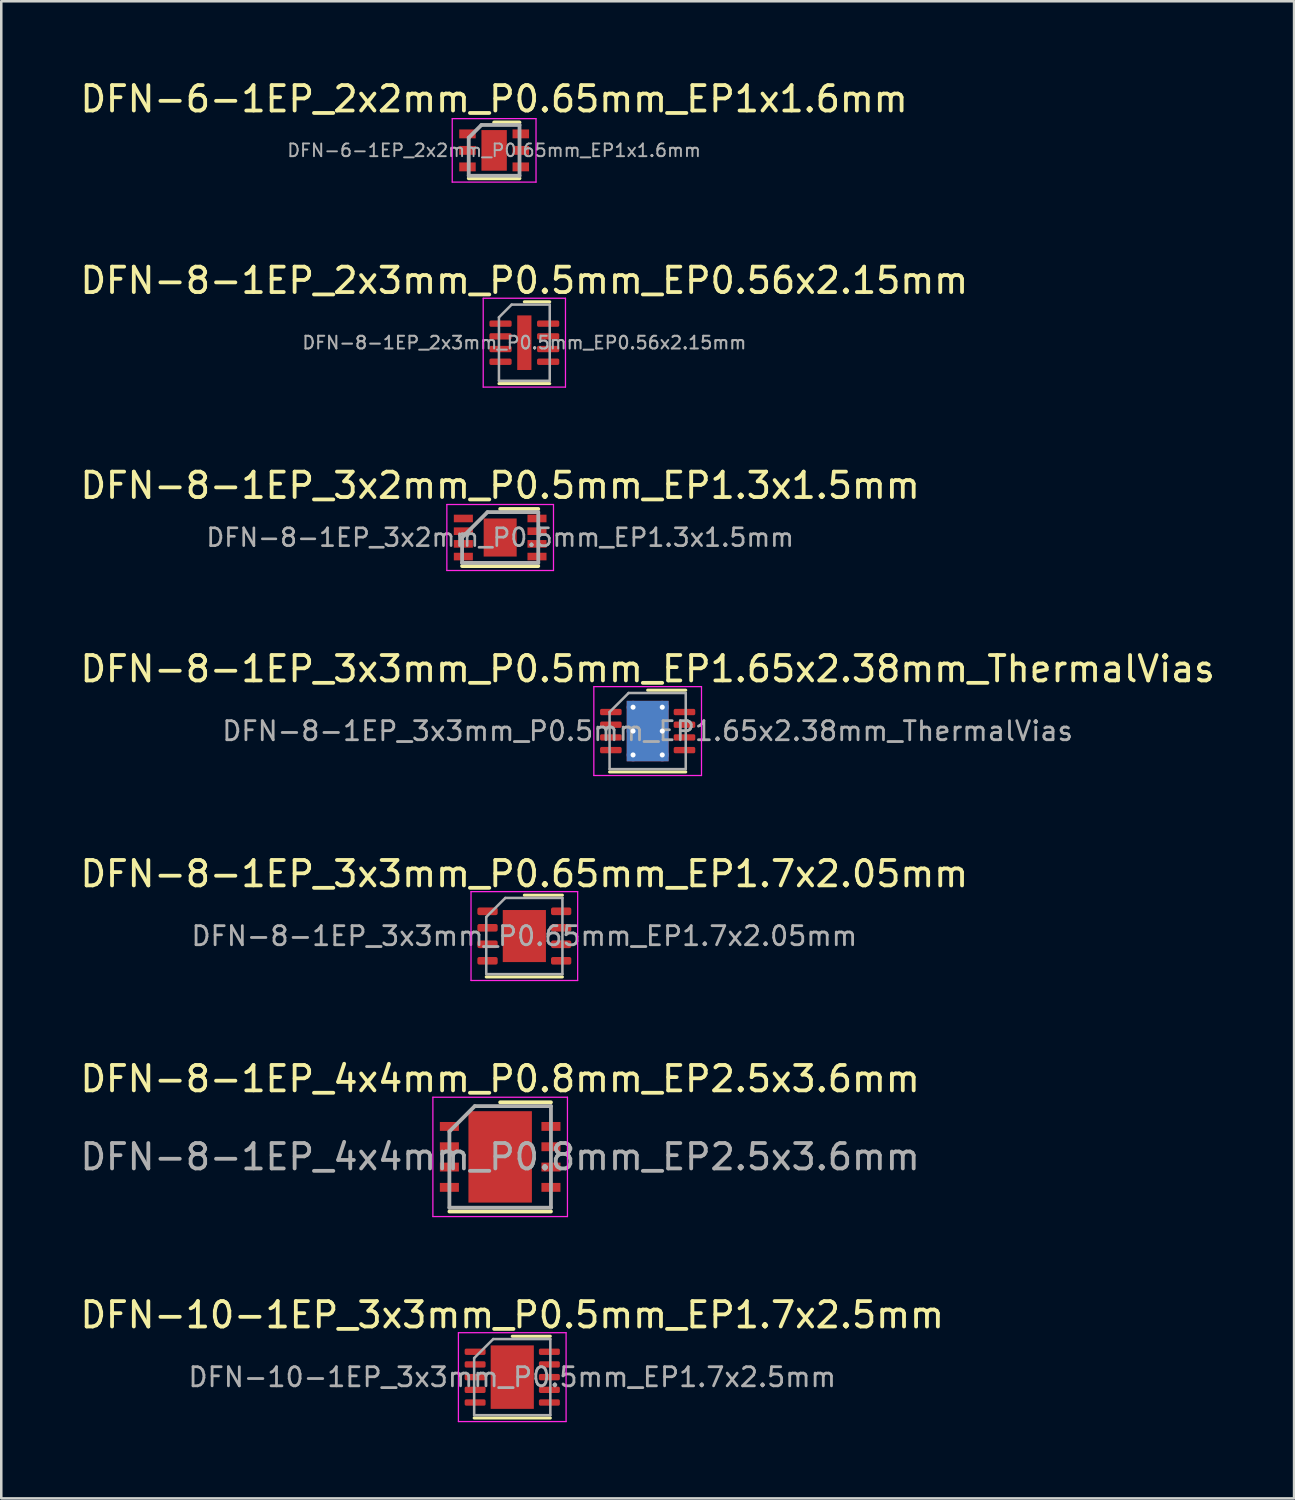
<source format=kicad_pcb>
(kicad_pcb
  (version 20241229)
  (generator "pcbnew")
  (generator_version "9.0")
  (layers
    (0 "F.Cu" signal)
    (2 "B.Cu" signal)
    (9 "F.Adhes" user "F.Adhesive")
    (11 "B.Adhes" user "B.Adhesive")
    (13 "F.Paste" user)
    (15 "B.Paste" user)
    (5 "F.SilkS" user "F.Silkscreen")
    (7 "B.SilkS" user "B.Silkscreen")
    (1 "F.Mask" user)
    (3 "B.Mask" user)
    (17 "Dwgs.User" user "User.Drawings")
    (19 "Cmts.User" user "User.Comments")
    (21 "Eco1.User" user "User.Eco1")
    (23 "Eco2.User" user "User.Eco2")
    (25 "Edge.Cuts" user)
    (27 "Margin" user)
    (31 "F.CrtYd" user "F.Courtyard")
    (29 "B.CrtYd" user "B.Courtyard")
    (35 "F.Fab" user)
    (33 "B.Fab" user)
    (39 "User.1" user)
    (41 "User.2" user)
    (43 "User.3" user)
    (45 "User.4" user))
  (footprint "DFN-8-1EP_4x4mm_P0.8mm_EP2.5x3.6mm"
    (layer "F.Cu")
    (at 16.649 42.514)
    (property "Reference" "DFN-8-1EP_4x4mm_P0.8mm_EP2.5x3.6mm" (at 0 -3.075 0) (layer "F.SilkS") (effects (font (size 1 1) (thickness 0.15))))
    (attr smd)
    (fp_line (start -2 2.15) (end 2 2.15) (stroke (width 0.15) (type solid)) (layer "F.SilkS"))
    (fp_line (start 0 -2.15) (end 2 -2.15) (stroke (width 0.15) (type solid)) (layer "F.SilkS"))
    (fp_line (start -2.65 -2.35) (end -2.65 2.35) (stroke (width 0.05) (type solid)) (layer "F.CrtYd"))
    (fp_line (start -2.65 -2.35) (end 2.65 -2.35) (stroke (width 0.05) (type solid)) (layer "F.CrtYd"))
    (fp_line (start -2.65 2.35) (end 2.65 2.35) (stroke (width 0.05) (type solid)) (layer "F.CrtYd"))
    (fp_line (start 2.65 -2.35) (end 2.65 2.35) (stroke (width 0.05) (type solid)) (layer "F.CrtYd"))
    (fp_line (start -2 -1) (end -1 -2) (stroke (width 0.15) (type solid)) (layer "F.Fab"))
    (fp_line (start -2 2) (end -2 -1) (stroke (width 0.15) (type solid)) (layer "F.Fab"))
    (fp_line (start -1 -2) (end 2 -2) (stroke (width 0.15) (type solid)) (layer "F.Fab"))
    (fp_line (start 2 -2) (end 2 2) (stroke (width 0.15) (type solid)) (layer "F.Fab"))
    (fp_line (start 2 2) (end -2 2) (stroke (width 0.15) (type solid)) (layer "F.Fab"))
    (fp_text user "${REFERENCE}" (at 0 0 0) (layer "F.Fab") (effects (font (size 1 1) (thickness 0.15))))
    (pad "" smd rect (at -0.625 -1.2) (size 1 1) (layers "F.Paste"))
    (pad "" smd rect (at -0.625 0) (size 1 1) (layers "F.Paste"))
    (pad "" smd rect (at -0.625 1.2) (size 1 1) (layers "F.Paste"))
    (pad "" smd rect (at 0.625 -1.2) (size 1 1) (layers "F.Paste"))
    (pad "" smd rect (at 0.625 0) (size 1 1) (layers "F.Paste"))
    (pad "" smd rect (at 0.625 1.2) (size 1 1) (layers "F.Paste"))
    (pad "1" smd rect (at -2 -1.2) (size 0.75 0.35) (layers "F.Cu" "F.Mask" "F.Paste"))
    (pad "2" smd rect (at -2 -0.4) (size 0.75 0.35) (layers "F.Cu" "F.Mask" "F.Paste"))
    (pad "3" smd rect (at -2 0.4) (size 0.75 0.35) (layers "F.Cu" "F.Mask" "F.Paste"))
    (pad "4" smd rect (at -2 1.2) (size 0.75 0.35) (layers "F.Cu" "F.Mask" "F.Paste"))
    (pad "5" smd rect (at 2 1.2) (size 0.75 0.35) (layers "F.Cu" "F.Mask" "F.Paste"))
    (pad "6" smd rect (at 2 0.4) (size 0.75 0.35) (layers "F.Cu" "F.Mask" "F.Paste"))
    (pad "7" smd rect (at 2 -0.4) (size 0.75 0.35) (layers "F.Cu" "F.Mask" "F.Paste"))
    (pad "8" smd rect (at 2 -1.2) (size 0.75 0.35) (layers "F.Cu" "F.Mask" "F.Paste"))
    (pad "9" smd rect (at 0 0) (size 2.5 3.6) (layers "F.Cu" "F.Mask")))
  (footprint "DFN-8-1EP_3x3mm_P0.65mm_EP1.7x2.05mm"
    (layer "F.Cu")
    (at 17.601 33.816)
    (property "Reference" "DFN-8-1EP_3x3mm_P0.65mm_EP1.7x2.05mm" (at 0 -2.45 0) (layer "F.SilkS") (effects (font (size 1 1) (thickness 0.15))))
    (attr smd)
    (fp_line (start -1.5 1.61) (end 1.5 1.61) (stroke (width 0.12) (type solid)) (layer "F.SilkS"))
    (fp_line (start 0 -1.61) (end 1.5 -1.61) (stroke (width 0.12) (type solid)) (layer "F.SilkS"))
    (fp_line (start -2.1 -1.75) (end -2.1 1.75) (stroke (width 0.05) (type solid)) (layer "F.CrtYd"))
    (fp_line (start -2.1 1.75) (end 2.1 1.75) (stroke (width 0.05) (type solid)) (layer "F.CrtYd"))
    (fp_line (start 2.1 -1.75) (end -2.1 -1.75) (stroke (width 0.05) (type solid)) (layer "F.CrtYd"))
    (fp_line (start 2.1 1.75) (end 2.1 -1.75) (stroke (width 0.05) (type solid)) (layer "F.CrtYd"))
    (fp_line (start -1.5 -0.75) (end -0.75 -1.5) (stroke (width 0.1) (type solid)) (layer "F.Fab"))
    (fp_line (start -1.5 1.5) (end -1.5 -0.75) (stroke (width 0.1) (type solid)) (layer "F.Fab"))
    (fp_line (start -0.75 -1.5) (end 1.5 -1.5) (stroke (width 0.1) (type solid)) (layer "F.Fab"))
    (fp_line (start 1.5 -1.5) (end 1.5 1.5) (stroke (width 0.1) (type solid)) (layer "F.Fab"))
    (fp_line (start 1.5 1.5) (end -1.5 1.5) (stroke (width 0.1) (type solid)) (layer "F.Fab"))
    (fp_text user "${REFERENCE}" (at 0 0 0) (layer "F.Fab") (effects (font (size 0.75 0.75) (thickness 0.11))))
    (pad "" smd roundrect (at -0.425 -0.51) (size 0.69 0.83) (layers "F.Paste") (roundrect_rratio 0.25))
    (pad "" smd roundrect (at -0.425 0.51) (size 0.69 0.83) (layers "F.Paste") (roundrect_rratio 0.25))
    (pad "" smd roundrect (at 0.425 -0.51) (size 0.69 0.83) (layers "F.Paste") (roundrect_rratio 0.25))
    (pad "" smd roundrect (at 0.425 0.51) (size 0.69 0.83) (layers "F.Paste") (roundrect_rratio 0.25))
    (pad "1" smd roundrect (at -1.45 -0.975) (size 0.8 0.3) (layers "F.Cu" "F.Mask" "F.Paste") (roundrect_rratio 0.25))
    (pad "2" smd roundrect (at -1.45 -0.325) (size 0.8 0.3) (layers "F.Cu" "F.Mask" "F.Paste") (roundrect_rratio 0.25))
    (pad "3" smd roundrect (at -1.45 0.325) (size 0.8 0.3) (layers "F.Cu" "F.Mask" "F.Paste") (roundrect_rratio 0.25))
    (pad "4" smd roundrect (at -1.45 0.975) (size 0.8 0.3) (layers "F.Cu" "F.Mask" "F.Paste") (roundrect_rratio 0.25))
    (pad "5" smd roundrect (at 1.45 0.975) (size 0.8 0.3) (layers "F.Cu" "F.Mask" "F.Paste") (roundrect_rratio 0.25))
    (pad "6" smd roundrect (at 1.45 0.325) (size 0.8 0.3) (layers "F.Cu" "F.Mask" "F.Paste") (roundrect_rratio 0.25))
    (pad "7" smd roundrect (at 1.45 -0.325) (size 0.8 0.3) (layers "F.Cu" "F.Mask" "F.Paste") (roundrect_rratio 0.25))
    (pad "8" smd roundrect (at 1.45 -0.975) (size 0.8 0.3) (layers "F.Cu" "F.Mask" "F.Paste") (roundrect_rratio 0.25))
    (pad "9" smd rect (at 0 0) (size 1.7 2.05) (layers "F.Cu" "F.Mask")))
  (footprint "DFN-10-1EP_3x3mm_P0.5mm_EP1.7x2.5mm"
    (layer "F.Cu")
    (at 17.125 51.188)
    (property "Reference" "DFN-10-1EP_3x3mm_P0.5mm_EP1.7x2.5mm" (at 0 -2.45 0) (layer "F.SilkS") (effects (font (size 1 1) (thickness 0.15))))
    (attr smd)
    (fp_line (start -1.5 1.61) (end 1.5 1.61) (stroke (width 0.12) (type solid)) (layer "F.SilkS"))
    (fp_line (start 0 -1.61) (end 1.5 -1.61) (stroke (width 0.12) (type solid)) (layer "F.SilkS"))
    (fp_line (start -2.12 -1.75) (end -2.12 1.75) (stroke (width 0.05) (type solid)) (layer "F.CrtYd"))
    (fp_line (start -2.12 1.75) (end 2.12 1.75) (stroke (width 0.05) (type solid)) (layer "F.CrtYd"))
    (fp_line (start 2.12 -1.75) (end -2.12 -1.75) (stroke (width 0.05) (type solid)) (layer "F.CrtYd"))
    (fp_line (start 2.12 1.75) (end 2.12 -1.75) (stroke (width 0.05) (type solid)) (layer "F.CrtYd"))
    (fp_line (start -1.5 -0.75) (end -0.75 -1.5) (stroke (width 0.1) (type solid)) (layer "F.Fab"))
    (fp_line (start -1.5 1.5) (end -1.5 -0.75) (stroke (width 0.1) (type solid)) (layer "F.Fab"))
    (fp_line (start -0.75 -1.5) (end 1.5 -1.5) (stroke (width 0.1) (type solid)) (layer "F.Fab"))
    (fp_line (start 1.5 -1.5) (end 1.5 1.5) (stroke (width 0.1) (type solid)) (layer "F.Fab"))
    (fp_line (start 1.5 1.5) (end -1.5 1.5) (stroke (width 0.1) (type solid)) (layer "F.Fab"))
    (fp_text user "${REFERENCE}" (at 0 0 0) (layer "F.Fab") (effects (font (size 0.75 0.75) (thickness 0.11))))
    (pad "" smd roundrect (at -0.425 -0.625) (size 0.69 1.01) (layers "F.Paste") (roundrect_rratio 0.25))
    (pad "" smd roundrect (at -0.425 0.625) (size 0.69 1.01) (layers "F.Paste") (roundrect_rratio 0.25))
    (pad "" smd roundrect (at 0.425 -0.625) (size 0.69 1.01) (layers "F.Paste") (roundrect_rratio 0.25))
    (pad "" smd roundrect (at 0.425 0.625) (size 0.69 1.01) (layers "F.Paste") (roundrect_rratio 0.25))
    (pad "1" smd roundrect (at -1.462 -1) (size 0.825 0.25) (layers "F.Cu" "F.Mask" "F.Paste") (roundrect_rratio 0.25))
    (pad "2" smd roundrect (at -1.462 -0.5) (size 0.825 0.25) (layers "F.Cu" "F.Mask" "F.Paste") (roundrect_rratio 0.25))
    (pad "3" smd roundrect (at -1.462 0) (size 0.825 0.25) (layers "F.Cu" "F.Mask" "F.Paste") (roundrect_rratio 0.25))
    (pad "4" smd roundrect (at -1.462 0.5) (size 0.825 0.25) (layers "F.Cu" "F.Mask" "F.Paste") (roundrect_rratio 0.25))
    (pad "5" smd roundrect (at -1.462 1) (size 0.825 0.25) (layers "F.Cu" "F.Mask" "F.Paste") (roundrect_rratio 0.25))
    (pad "6" smd roundrect (at 1.462 1) (size 0.825 0.25) (layers "F.Cu" "F.Mask" "F.Paste") (roundrect_rratio 0.25))
    (pad "7" smd roundrect (at 1.462 0.5) (size 0.825 0.25) (layers "F.Cu" "F.Mask" "F.Paste") (roundrect_rratio 0.25))
    (pad "8" smd roundrect (at 1.462 0) (size 0.825 0.25) (layers "F.Cu" "F.Mask" "F.Paste") (roundrect_rratio 0.25))
    (pad "9" smd roundrect (at 1.462 -0.5) (size 0.825 0.25) (layers "F.Cu" "F.Mask" "F.Paste") (roundrect_rratio 0.25))
    (pad "10" smd roundrect (at 1.462 -1) (size 0.825 0.25) (layers "F.Cu" "F.Mask" "F.Paste") (roundrect_rratio 0.25))
    (pad "11" smd rect (at 0 0) (size 1.7 2.5) (layers "F.Cu" "F.Mask")))
  (footprint "DFN-6-1EP_2x2mm_P0.65mm_EP1x1.6mm"
    (layer "F.Cu")
    (at 16.411 2.873)
    (property "Reference" "DFN-6-1EP_2x2mm_P0.65mm_EP1x1.6mm" (at 0 -2.025 0) (layer "F.SilkS") (effects (font (size 1 1) (thickness 0.15))))
    (attr smd)
    (fp_line (start -1 1.1) (end 1 1.1) (stroke (width 0.15) (type solid)) (layer "F.SilkS"))
    (fp_line (start 0 -1.1) (end 1 -1.1) (stroke (width 0.15) (type solid)) (layer "F.SilkS"))
    (fp_line (start -1.65 -1.25) (end -1.65 1.25) (stroke (width 0.05) (type solid)) (layer "F.CrtYd"))
    (fp_line (start -1.65 -1.25) (end 1.65 -1.25) (stroke (width 0.05) (type solid)) (layer "F.CrtYd"))
    (fp_line (start -1.65 1.25) (end 1.65 1.25) (stroke (width 0.05) (type solid)) (layer "F.CrtYd"))
    (fp_line (start 1.65 -1.25) (end 1.65 1.25) (stroke (width 0.05) (type solid)) (layer "F.CrtYd"))
    (fp_line (start -1 -0.5) (end -0.5 -1) (stroke (width 0.15) (type solid)) (layer "F.Fab"))
    (fp_line (start -1 1) (end -1 -0.5) (stroke (width 0.15) (type solid)) (layer "F.Fab"))
    (fp_line (start -0.5 -1) (end 1 -1) (stroke (width 0.15) (type solid)) (layer "F.Fab"))
    (fp_line (start 1 -1) (end 1 1) (stroke (width 0.15) (type solid)) (layer "F.Fab"))
    (fp_line (start 1 1) (end -1 1) (stroke (width 0.15) (type solid)) (layer "F.Fab"))
    (fp_text user "${REFERENCE}" (at 0 0 0) (layer "F.Fab") (effects (font (size 0.5 0.5) (thickness 0.075))))
    (pad "" smd rect (at 0 -0.4) (size 0.82 0.63) (layers "F.Paste"))
    (pad "" smd rect (at 0 0.4) (size 0.82 0.63) (layers "F.Paste"))
    (pad "1" smd rect (at -1.05 -0.65) (size 0.65 0.35) (layers "F.Cu" "F.Mask" "F.Paste"))
    (pad "2" smd rect (at -1.05 0) (size 0.65 0.35) (layers "F.Cu" "F.Mask" "F.Paste"))
    (pad "3" smd rect (at -1.05 0.65) (size 0.65 0.35) (layers "F.Cu" "F.Mask" "F.Paste"))
    (pad "4" smd rect (at 1.05 0.65) (size 0.65 0.35) (layers "F.Cu" "F.Mask" "F.Paste"))
    (pad "5" smd rect (at 1.05 0) (size 0.65 0.35) (layers "F.Cu" "F.Mask" "F.Paste"))
    (pad "6" smd rect (at 1.05 -0.65) (size 0.65 0.35) (layers "F.Cu" "F.Mask" "F.Paste"))
    (pad "7" smd rect (at 0 0) (size 1 1.6) (layers "F.Cu" "F.Mask")))
  (footprint "DFN-8-1EP_3x3mm_P0.5mm_EP1.65x2.38mm_ThermalVias"
    (layer "F.Cu")
    (at 22.458 25.743)
    (property "Reference" "DFN-8-1EP_3x3mm_P0.5mm_EP1.65x2.38mm_ThermalVias" (at 0 -2.45 0) (layer "F.SilkS") (effects (font (size 1 1) (thickness 0.15))))
    (attr smd)
    (fp_line (start -1.5 1.61) (end 1.5 1.61) (stroke (width 0.12) (type solid)) (layer "F.SilkS"))
    (fp_line (start 0 -1.61) (end 1.5 -1.61) (stroke (width 0.12) (type solid)) (layer "F.SilkS"))
    (fp_line (start -2.12 -1.75) (end -2.12 1.75) (stroke (width 0.05) (type solid)) (layer "F.CrtYd"))
    (fp_line (start -2.12 1.75) (end 2.12 1.75) (stroke (width 0.05) (type solid)) (layer "F.CrtYd"))
    (fp_line (start 2.12 -1.75) (end -2.12 -1.75) (stroke (width 0.05) (type solid)) (layer "F.CrtYd"))
    (fp_line (start 2.12 1.75) (end 2.12 -1.75) (stroke (width 0.05) (type solid)) (layer "F.CrtYd"))
    (fp_line (start -1.5 -0.75) (end -0.75 -1.5) (stroke (width 0.1) (type solid)) (layer "F.Fab"))
    (fp_line (start -1.5 1.5) (end -1.5 -0.75) (stroke (width 0.1) (type solid)) (layer "F.Fab"))
    (fp_line (start -0.75 -1.5) (end 1.5 -1.5) (stroke (width 0.1) (type solid)) (layer "F.Fab"))
    (fp_line (start 1.5 -1.5) (end 1.5 1.5) (stroke (width 0.1) (type solid)) (layer "F.Fab"))
    (fp_line (start 1.5 1.5) (end -1.5 1.5) (stroke (width 0.1) (type solid)) (layer "F.Fab"))
    (fp_text user "${REFERENCE}" (at 0 0 0) (layer "F.Fab") (effects (font (size 0.75 0.75) (thickness 0.11))))
    (pad "" smd roundrect (at -0.41 -0.595) (size 0.67 0.96) (layers "F.Paste") (roundrect_rratio 0.25))
    (pad "" smd roundrect (at -0.41 0.595) (size 0.67 0.96) (layers "F.Paste") (roundrect_rratio 0.25))
    (pad "" smd roundrect (at 0.41 -0.595) (size 0.67 0.96) (layers "F.Paste") (roundrect_rratio 0.25))
    (pad "" smd roundrect (at 0.41 0.595) (size 0.67 0.96) (layers "F.Paste") (roundrect_rratio 0.25))
    (pad "1" smd roundrect (at -1.45 -0.75) (size 0.85 0.25) (layers "F.Cu" "F.Mask" "F.Paste") (roundrect_rratio 0.25))
    (pad "2" smd roundrect (at -1.45 -0.25) (size 0.85 0.25) (layers "F.Cu" "F.Mask" "F.Paste") (roundrect_rratio 0.25))
    (pad "3" smd roundrect (at -1.45 0.25) (size 0.85 0.25) (layers "F.Cu" "F.Mask" "F.Paste") (roundrect_rratio 0.25))
    (pad "4" smd roundrect (at -1.45 0.75) (size 0.85 0.25) (layers "F.Cu" "F.Mask" "F.Paste") (roundrect_rratio 0.25))
    (pad "5" smd roundrect (at 1.45 0.75) (size 0.85 0.25) (layers "F.Cu" "F.Mask" "F.Paste") (roundrect_rratio 0.25))
    (pad "6" smd roundrect (at 1.45 0.25) (size 0.85 0.25) (layers "F.Cu" "F.Mask" "F.Paste") (roundrect_rratio 0.25))
    (pad "7" smd roundrect (at 1.45 -0.25) (size 0.85 0.25) (layers "F.Cu" "F.Mask" "F.Paste") (roundrect_rratio 0.25))
    (pad "8" smd roundrect (at 1.45 -0.75) (size 0.85 0.25) (layers "F.Cu" "F.Mask" "F.Paste") (roundrect_rratio 0.25))
    (pad "9" thru_hole circle (at -0.575 -0.94) (size 0.5 0.5) (drill 0.2) (layers "*.Cu"))
    (pad "9" thru_hole circle (at -0.575 0) (size 0.5 0.5) (drill 0.2) (layers "*.Cu"))
    (pad "9" thru_hole circle (at -0.575 0.94) (size 0.5 0.5) (drill 0.2) (layers "*.Cu"))
    (pad "9" smd rect (at 0 0) (size 1.65 2.38) (layers "F.Cu" "F.Mask"))
    (pad "9" smd rect (at 0 0) (size 1.65 2.38) (layers "B.Cu"))
    (pad "9" thru_hole circle (at 0.575 -0.94) (size 0.5 0.5) (drill 0.2) (layers "*.Cu"))
    (pad "9" thru_hole circle (at 0.575 0) (size 0.5 0.5) (drill 0.2) (layers "*.Cu"))
    (pad "9" thru_hole circle (at 0.575 0.94) (size 0.5 0.5) (drill 0.2) (layers "*.Cu")))
  (footprint "DFN-8-1EP_2x3mm_P0.5mm_EP0.56x2.15mm"
    (layer "F.Cu")
    (at 17.601 10.447)
    (property "Reference" "DFN-8-1EP_2x3mm_P0.5mm_EP0.56x2.15mm" (at 0 -2.45 0) (layer "F.SilkS") (effects (font (size 1 1) (thickness 0.15))))
    (attr smd)
    (fp_line (start -1 1.61) (end 1 1.61) (stroke (width 0.12) (type solid)) (layer "F.SilkS"))
    (fp_line (start 0 -1.61) (end 1 -1.61) (stroke (width 0.12) (type solid)) (layer "F.SilkS"))
    (fp_line (start -1.62 -1.75) (end -1.62 1.75) (stroke (width 0.05) (type solid)) (layer "F.CrtYd"))
    (fp_line (start -1.62 1.75) (end 1.62 1.75) (stroke (width 0.05) (type solid)) (layer "F.CrtYd"))
    (fp_line (start 1.62 -1.75) (end -1.62 -1.75) (stroke (width 0.05) (type solid)) (layer "F.CrtYd"))
    (fp_line (start 1.62 1.75) (end 1.62 -1.75) (stroke (width 0.05) (type solid)) (layer "F.CrtYd"))
    (fp_line (start -1 -1) (end -0.5 -1.5) (stroke (width 0.1) (type solid)) (layer "F.Fab"))
    (fp_line (start -1 1.5) (end -1 -1) (stroke (width 0.1) (type solid)) (layer "F.Fab"))
    (fp_line (start -0.5 -1.5) (end 1 -1.5) (stroke (width 0.1) (type solid)) (layer "F.Fab"))
    (fp_line (start 1 -1.5) (end 1 1.5) (stroke (width 0.1) (type solid)) (layer "F.Fab"))
    (fp_line (start 1 1.5) (end -1 1.5) (stroke (width 0.1) (type solid)) (layer "F.Fab"))
    (fp_text user "${REFERENCE}" (at 0 0 0) (layer "F.Fab") (effects (font (size 0.5 0.5) (thickness 0.08))))
    (pad "" smd roundrect (at 0 -0.54) (size 0.45 0.87) (layers "F.Paste") (roundrect_rratio 0.25))
    (pad "" smd roundrect (at 0 0.54) (size 0.45 0.87) (layers "F.Paste") (roundrect_rratio 0.25))
    (pad "1" smd roundrect (at -0.938 -0.75) (size 0.875 0.25) (layers "F.Cu" "F.Mask" "F.Paste") (roundrect_rratio 0.25))
    (pad "2" smd roundrect (at -0.938 -0.25) (size 0.875 0.25) (layers "F.Cu" "F.Mask" "F.Paste") (roundrect_rratio 0.25))
    (pad "3" smd roundrect (at -0.938 0.25) (size 0.875 0.25) (layers "F.Cu" "F.Mask" "F.Paste") (roundrect_rratio 0.25))
    (pad "4" smd roundrect (at -0.938 0.75) (size 0.875 0.25) (layers "F.Cu" "F.Mask" "F.Paste") (roundrect_rratio 0.25))
    (pad "5" smd roundrect (at 0.938 0.75) (size 0.875 0.25) (layers "F.Cu" "F.Mask" "F.Paste") (roundrect_rratio 0.25))
    (pad "6" smd roundrect (at 0.938 0.25) (size 0.875 0.25) (layers "F.Cu" "F.Mask" "F.Paste") (roundrect_rratio 0.25))
    (pad "7" smd roundrect (at 0.938 -0.25) (size 0.875 0.25) (layers "F.Cu" "F.Mask" "F.Paste") (roundrect_rratio 0.25))
    (pad "8" smd roundrect (at 0.938 -0.75) (size 0.875 0.25) (layers "F.Cu" "F.Mask" "F.Paste") (roundrect_rratio 0.25))
    (pad "9" smd rect (at 0 0) (size 0.56 2.15) (layers "F.Cu" "F.Mask")))
  (footprint "DFN-8-1EP_3x2mm_P0.5mm_EP1.3x1.5mm"
    (layer "F.Cu")
    (at 16.649 18.12)
    (property "Reference" "DFN-8-1EP_3x2mm_P0.5mm_EP1.3x1.5mm" (at 0 -2.05 0) (layer "F.SilkS") (effects (font (size 1 1) (thickness 0.15))))
    (attr smd)
    (fp_line (start -1.5 1.125) (end 1.5 1.125) (stroke (width 0.15) (type solid)) (layer "F.SilkS"))
    (fp_line (start 0 -1.125) (end 1.5 -1.125) (stroke (width 0.15) (type solid)) (layer "F.SilkS"))
    (fp_line (start -2.1 -1.3) (end -2.1 1.3) (stroke (width 0.05) (type solid)) (layer "F.CrtYd"))
    (fp_line (start -2.1 -1.3) (end 2.1 -1.3) (stroke (width 0.05) (type solid)) (layer "F.CrtYd"))
    (fp_line (start -2.1 1.3) (end 2.1 1.3) (stroke (width 0.05) (type solid)) (layer "F.CrtYd"))
    (fp_line (start 2.1 -1.3) (end 2.1 1.3) (stroke (width 0.05) (type solid)) (layer "F.CrtYd"))
    (fp_line (start -1.5 0) (end -0.5 -1) (stroke (width 0.15) (type solid)) (layer "F.Fab"))
    (fp_line (start -1.5 1) (end -1.5 0) (stroke (width 0.15) (type solid)) (layer "F.Fab"))
    (fp_line (start -0.5 -1) (end 1.5 -1) (stroke (width 0.15) (type solid)) (layer "F.Fab"))
    (fp_line (start 1.5 -1) (end 1.5 1) (stroke (width 0.15) (type solid)) (layer "F.Fab"))
    (fp_line (start 1.5 1) (end -1.5 1) (stroke (width 0.15) (type solid)) (layer "F.Fab"))
    (fp_text user "${REFERENCE}" (at 0 0 0) (layer "F.Fab") (effects (font (size 0.7 0.7) (thickness 0.105))))
    (pad "" smd rect (at -0.325 -0.375) (size 0.5 0.6) (layers "F.Paste"))
    (pad "" smd rect (at -0.325 0.375) (size 0.5 0.6) (layers "F.Paste"))
    (pad "" smd rect (at 0.325 -0.375) (size 0.5 0.6) (layers "F.Paste"))
    (pad "" smd rect (at 0.325 0.375) (size 0.5 0.6) (layers "F.Paste"))
    (pad "1" smd rect (at -1.45 -0.75) (size 0.75 0.3) (layers "F.Cu" "F.Mask" "F.Paste"))
    (pad "2" smd rect (at -1.45 -0.25) (size 0.75 0.3) (layers "F.Cu" "F.Mask" "F.Paste"))
    (pad "3" smd rect (at -1.45 0.25) (size 0.75 0.3) (layers "F.Cu" "F.Mask" "F.Paste"))
    (pad "4" smd rect (at -1.45 0.75) (size 0.75 0.3) (layers "F.Cu" "F.Mask" "F.Paste"))
    (pad "5" smd rect (at 1.45 0.75) (size 0.75 0.3) (layers "F.Cu" "F.Mask" "F.Paste"))
    (pad "6" smd rect (at 1.45 0.25) (size 0.75 0.3) (layers "F.Cu" "F.Mask" "F.Paste"))
    (pad "7" smd rect (at 1.45 -0.25) (size 0.75 0.3) (layers "F.Cu" "F.Mask" "F.Paste"))
    (pad "8" smd rect (at 1.45 -0.75) (size 0.75 0.3) (layers "F.Cu" "F.Mask" "F.Paste"))
    (pad "9" smd rect (at 0 0) (size 1.3 1.5) (layers "F.Cu" "F.Mask")))
  (gr_rect
    (start -3 -3)
    (end 47.917 55.963)
    (stroke (width 0.1) (type default))
    (fill no)
    (layer "Edge.Cuts")))
</source>
